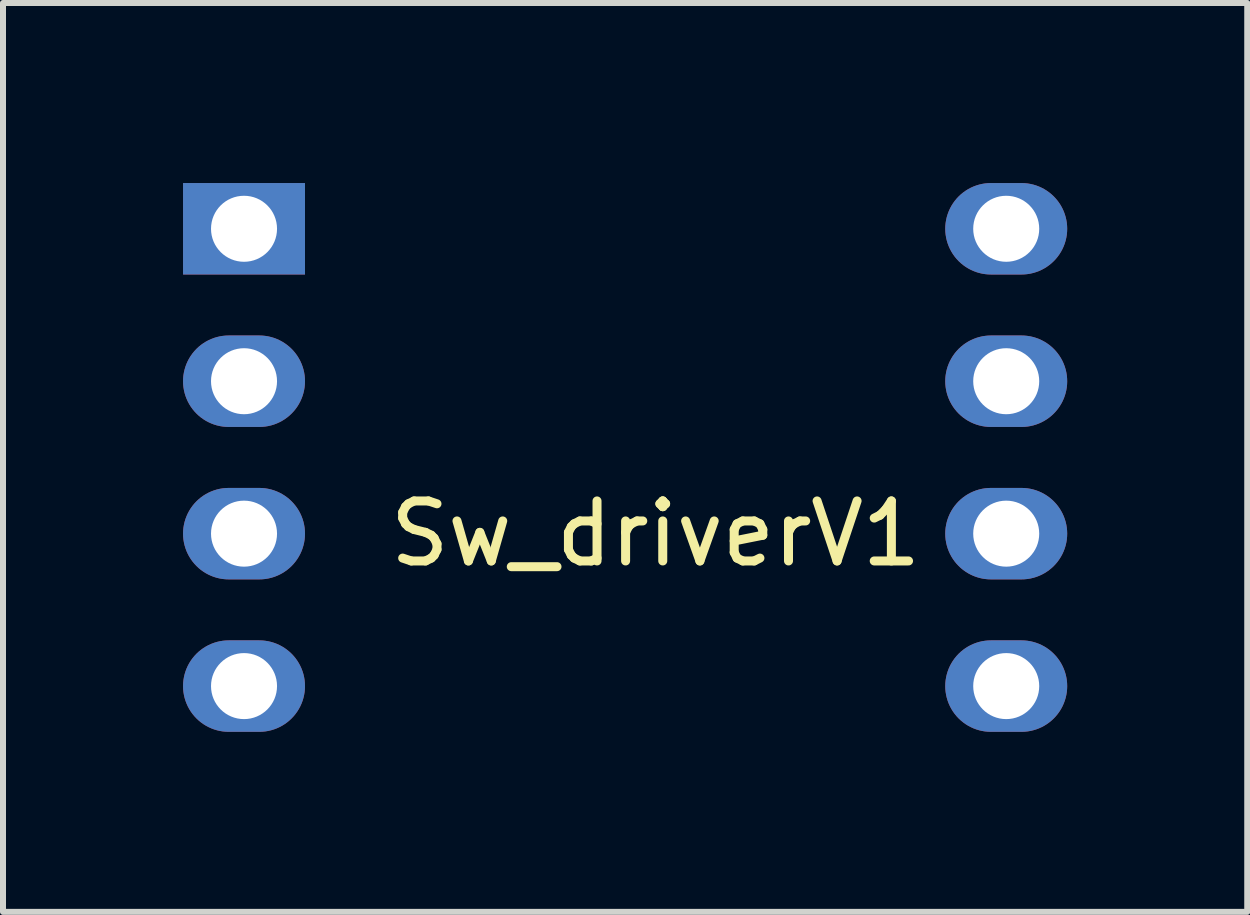
<source format=kicad_pcb>
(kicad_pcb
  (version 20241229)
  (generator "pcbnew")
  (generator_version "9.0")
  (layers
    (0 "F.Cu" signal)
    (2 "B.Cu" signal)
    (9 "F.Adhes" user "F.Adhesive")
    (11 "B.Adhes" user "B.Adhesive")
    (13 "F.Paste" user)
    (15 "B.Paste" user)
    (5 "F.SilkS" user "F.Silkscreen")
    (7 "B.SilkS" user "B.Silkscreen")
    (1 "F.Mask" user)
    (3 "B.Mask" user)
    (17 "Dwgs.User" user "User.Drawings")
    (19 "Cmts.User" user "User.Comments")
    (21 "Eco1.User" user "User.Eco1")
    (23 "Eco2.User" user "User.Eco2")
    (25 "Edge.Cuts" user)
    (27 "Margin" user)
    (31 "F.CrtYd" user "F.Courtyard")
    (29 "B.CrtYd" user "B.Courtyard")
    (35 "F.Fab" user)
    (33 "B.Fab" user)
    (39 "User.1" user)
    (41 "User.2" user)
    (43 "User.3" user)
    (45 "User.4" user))
  (footprint "Sw_driverV1"
    (layer "F.Cu")
    (at 6.096 5.842)
    (property "Reference" "Sw_driverV1" (at 1.778 0 180) (layer "F.SilkS") (effects (font (size 1 1) (thickness 0.15))))
    (attr through_hole)
    (pad "1" thru_hole trapezoid (at -5.08 -5.08) (size 2.032 1.524) (drill 1.1) (layers "*.Cu" "*.Mask"))
    (pad "2" thru_hole oval (at -5.08 -2.54) (size 2.032 1.524) (drill 1.1) (layers "*.Cu" "*.Mask"))
    (pad "3" thru_hole oval (at -5.08 0) (size 2.032 1.524) (drill 1.1) (layers "*.Cu" "*.Mask"))
    (pad "4" thru_hole oval (at -5.08 2.54) (size 2.032 1.524) (drill 1.1) (layers "*.Cu" "*.Mask"))
    (pad "5" thru_hole oval (at 7.62 -5.08) (size 2.032 1.524) (drill 1.1) (layers "*.Cu" "*.Mask"))
    (pad "6" thru_hole oval (at 7.62 -2.54) (size 2.032 1.524) (drill 1.1) (layers "*.Cu" "*.Mask"))
    (pad "7" thru_hole oval (at 7.62 0) (size 2.032 1.524) (drill 1.1) (layers "*.Cu" "*.Mask"))
    (pad "8" thru_hole oval (at 7.62 2.54) (size 2.032 1.524) (drill 1.1) (layers "*.Cu" "*.Mask")))
  (gr_rect
    (start -3 -3)
    (end 17.732 12.144)
    (stroke (width 0.1) (type default))
    (fill no)
    (layer "Edge.Cuts")))
</source>
